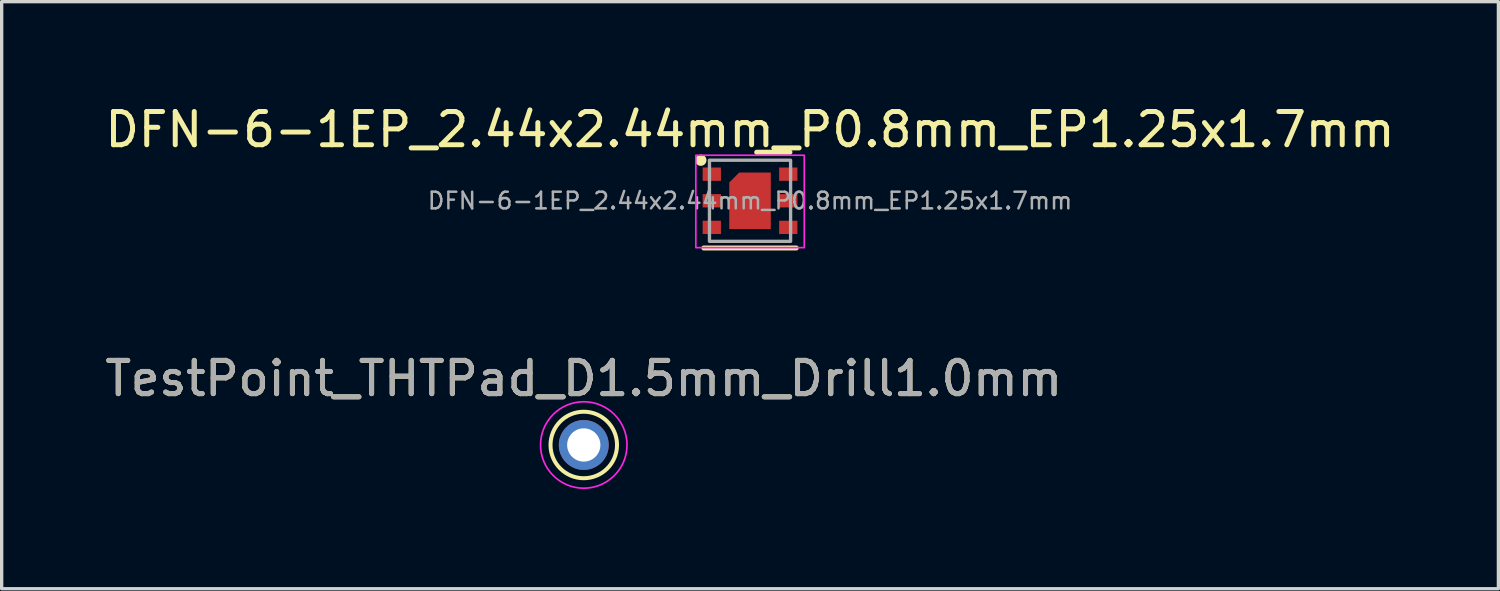
<source format=kicad_pcb>
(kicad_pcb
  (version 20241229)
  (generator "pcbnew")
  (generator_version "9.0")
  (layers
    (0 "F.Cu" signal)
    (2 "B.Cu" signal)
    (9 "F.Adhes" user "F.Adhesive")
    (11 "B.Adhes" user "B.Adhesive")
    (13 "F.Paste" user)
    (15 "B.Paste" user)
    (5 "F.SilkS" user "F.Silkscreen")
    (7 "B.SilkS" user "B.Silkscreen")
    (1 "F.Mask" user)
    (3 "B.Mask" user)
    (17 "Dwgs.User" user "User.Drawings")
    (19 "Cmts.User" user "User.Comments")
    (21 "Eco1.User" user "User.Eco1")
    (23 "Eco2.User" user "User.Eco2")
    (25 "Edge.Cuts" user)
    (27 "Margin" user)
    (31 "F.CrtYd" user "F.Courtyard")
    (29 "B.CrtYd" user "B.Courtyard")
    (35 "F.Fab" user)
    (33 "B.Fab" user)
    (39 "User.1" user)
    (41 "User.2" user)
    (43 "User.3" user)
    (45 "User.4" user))
  (footprint "DFN-6-1EP_2.44x2.44mm_P0.8mm_EP1.25x1.7mm"
    (layer "F.Cu")
    (at 19.506 2.988)
    (property "Reference" "DFN-6-1EP_2.44x2.44mm_P0.8mm_EP1.25x1.7mm" (at 0 -2.14 0) (layer "F.SilkS") (effects (font (size 1 1) (thickness 0.15))))
    (attr smd)
    (fp_line (start -1.39 1.42) (end 1.39 1.42) (stroke (width 0.15) (type solid)) (layer "F.SilkS"))
    (fp_line (start 0.2 -1.46) (end 1.2 -1.46) (stroke (width 0.15) (type solid)) (layer "F.SilkS"))
    (fp_circle (center -1.48 -1.22) (end -1.37 -1.22) (stroke (width 0.12) (type solid)) (fill yes) (layer "F.SilkS"))
    (fp_rect (start -1.63 -1.37) (end 1.63 1.41) (stroke (width 0.05) (type solid)) (fill no) (layer "F.CrtYd"))
    (fp_rect (start -1.22 -1.22) (end 1.22 1.22) (stroke (width 0.1) (type solid)) (fill no) (layer "F.Fab"))
    (fp_text user "${REFERENCE}" (at 0 0 0) (layer "F.Fab") (effects (font (size 0.5 0.5) (thickness 0.075))))
    (pad "" smd roundrect (at 0 0) (size 1.05 1.5) (layers "F.Paste") (roundrect_rratio 0) (chamfer_ratio 0.24) (chamfer top_left))
    (pad "1" smd rect (at -1.15 -0.8) (size 0.55 0.4) (layers "F.Cu" "F.Mask" "F.Paste"))
    (pad "2" smd rect (at -1.15 0) (size 0.55 0.4) (layers "F.Cu" "F.Mask" "F.Paste"))
    (pad "3" smd rect (at -1.15 0.8) (size 0.55 0.4) (layers "F.Cu" "F.Mask" "F.Paste"))
    (pad "4" smd rect (at 1.15 0.8) (size 0.55 0.4) (layers "F.Cu" "F.Mask" "F.Paste"))
    (pad "5" smd rect (at 1.15 0) (size 0.55 0.4) (layers "F.Cu" "F.Mask" "F.Paste"))
    (pad "6" smd rect (at 1.15 -0.8) (size 0.55 0.4) (layers "F.Cu" "F.Mask" "F.Paste"))
    (pad "7" smd roundrect (at 0 0) (size 1.25 1.7) (layers "F.Cu" "F.Mask") (roundrect_rratio 0) (chamfer_ratio 0.24) (chamfer top_left)))
  (footprint "TestPoint_THTPad_D1.5mm_Drill1.0mm"
    (layer "F.Cu")
    (at 14.506 10.332)
    (property "Reference" "TestPoint_THTPad_D1.5mm_Drill1.0mm" (at 0 -1.998 0) (layer "F.SilkS") (effects (font (size 1 1) (thickness 0.15))))
    (attr exclude_from_pos_files exclude_from_bom)
    (fp_circle (center 0 0) (end 1 0) (stroke (width 0.12) (type solid)) (fill no) (layer "F.SilkS"))
    (fp_circle (center 0 0) (end 1.3 0) (stroke (width 0.05) (type solid)) (fill no) (layer "F.CrtYd"))
    (fp_text user "${REFERENCE}" (at 0 -2 0) (layer "F.Fab") (effects (font (size 1 1) (thickness 0.15))))
    (pad "1" thru_hole circle (at 0 0) (size 1.5 1.5) (drill 1) (layers "*.Cu" "*.Mask")))
  (gr_rect
    (start -3 -3)
    (end 42.012 14.656)
    (stroke (width 0.1) (type default))
    (fill no)
    (layer "Edge.Cuts")))
</source>
